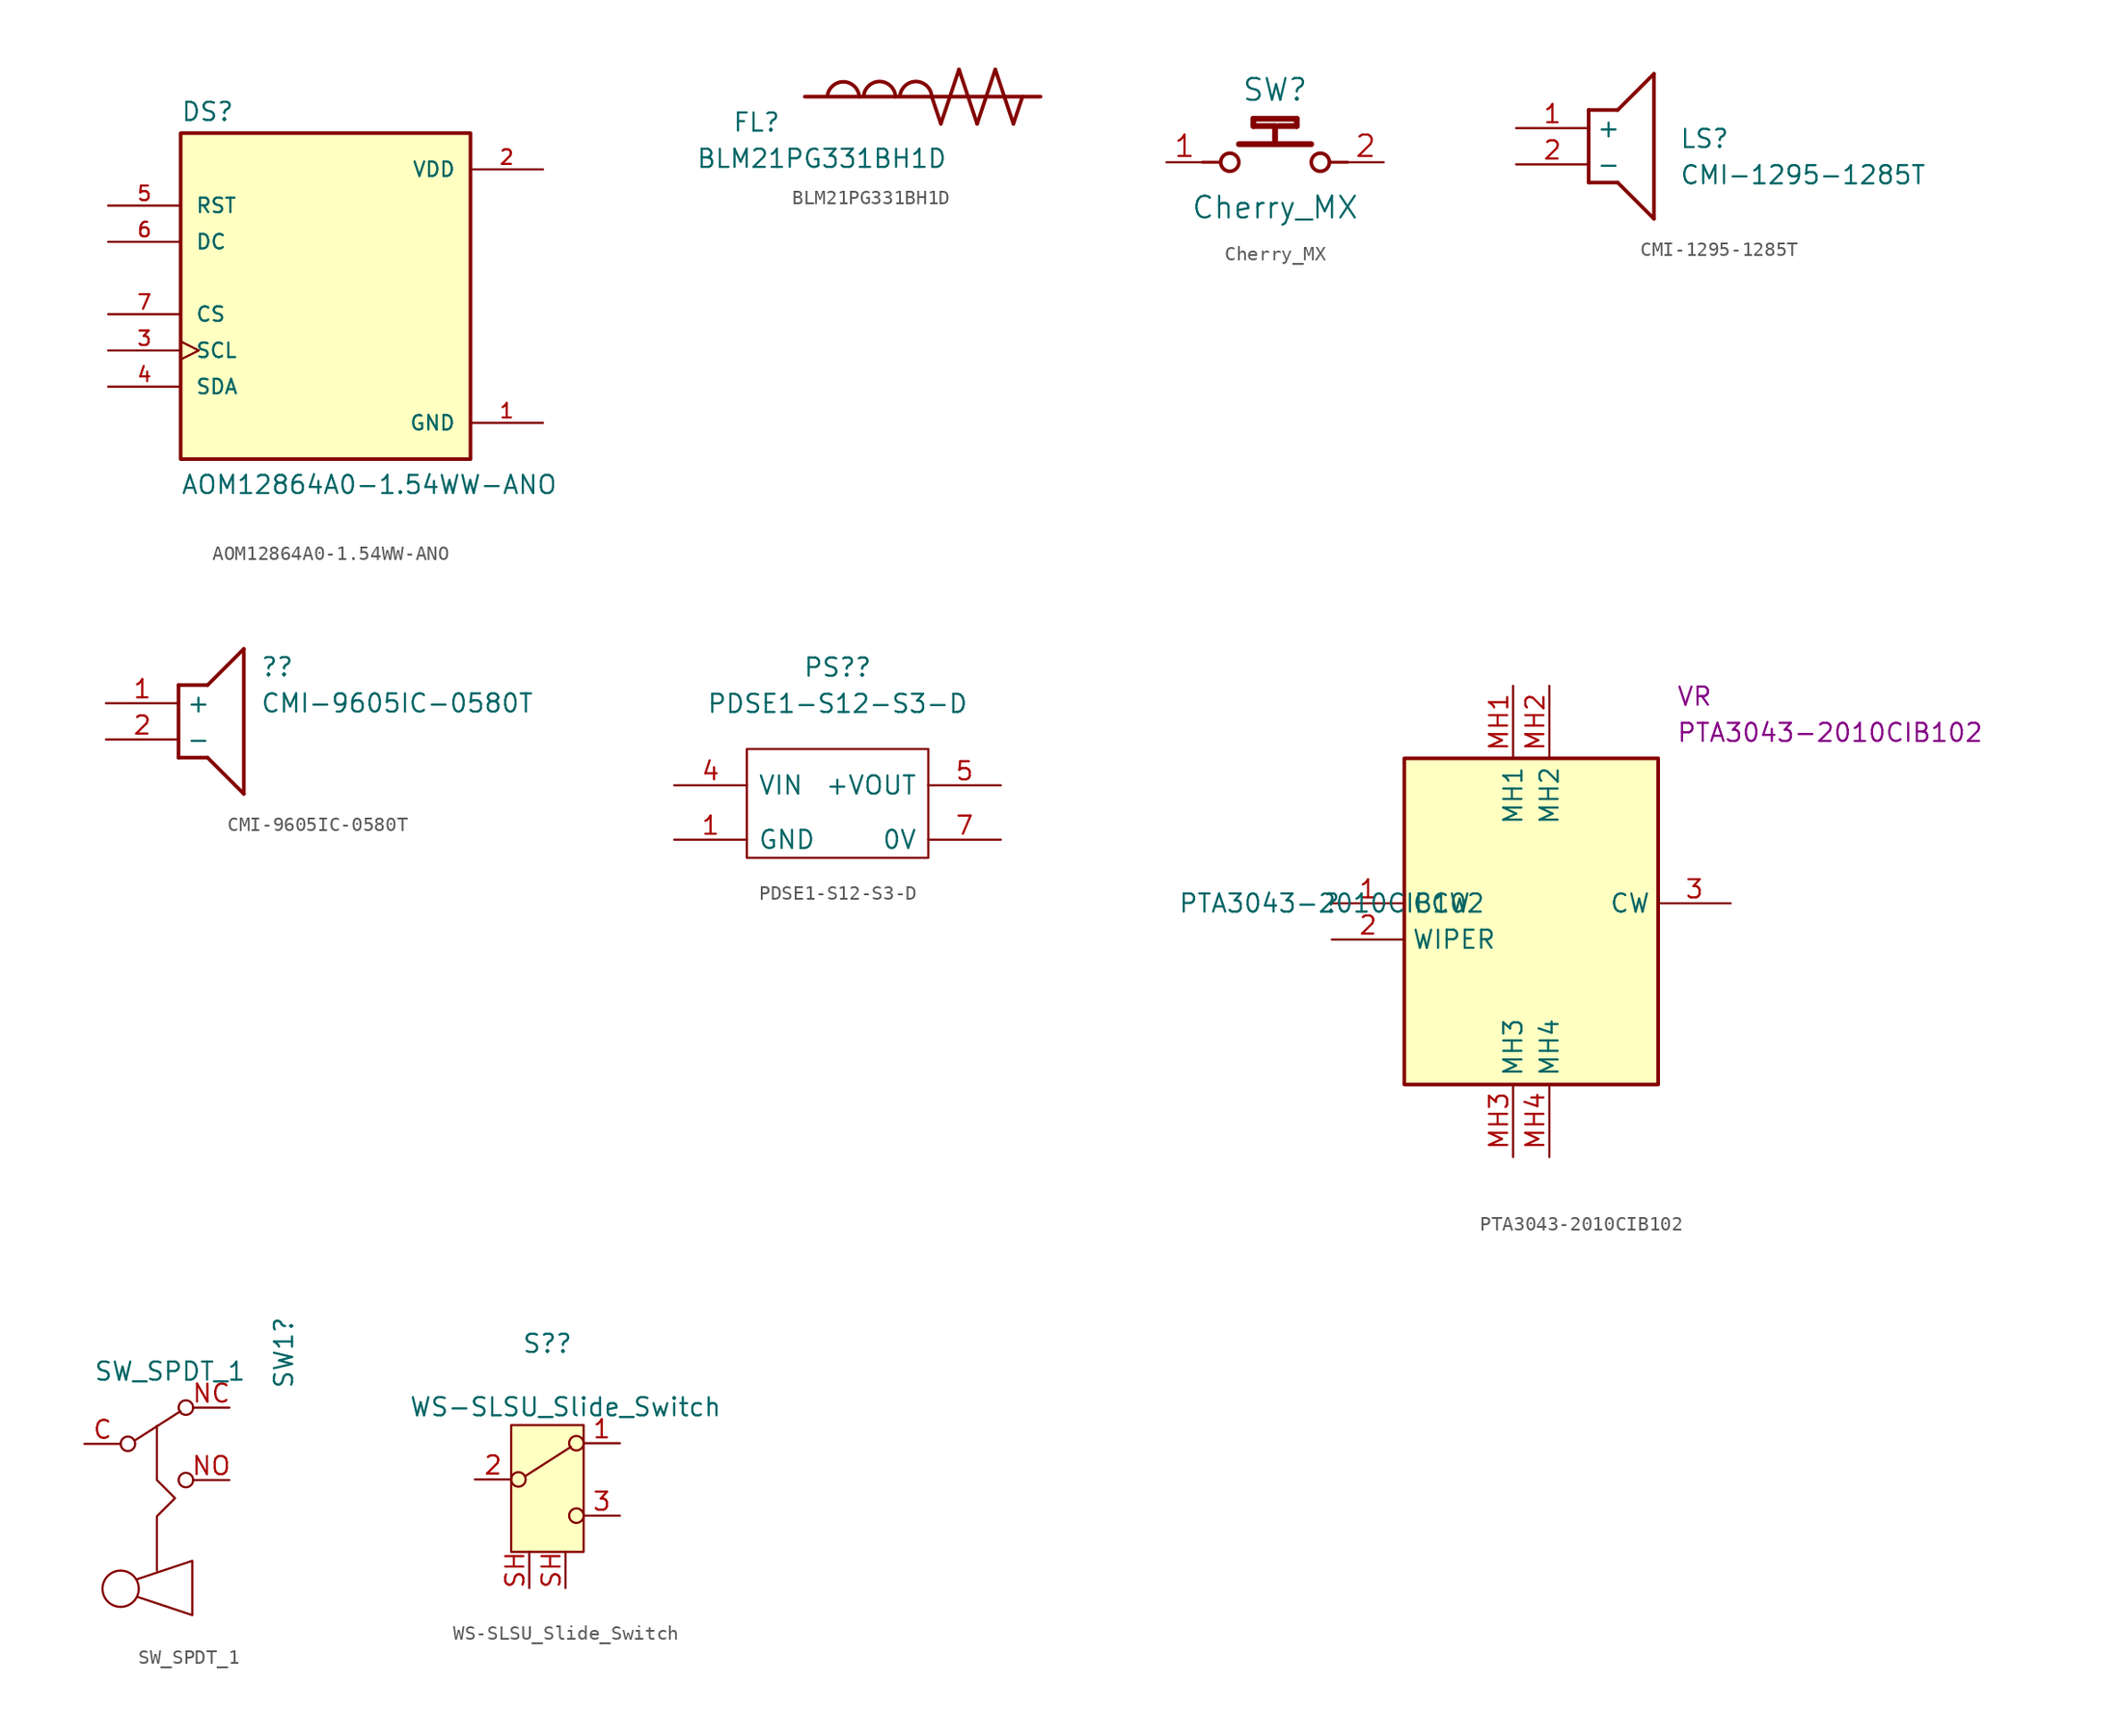
<source format=kicad_sym>
(kicad_symbol_lib
  (version 20220914)
  (generator kicad_symbol_editor)
  (symbol "AOM12864A0-1.54WW-ANO"
    (pin_names
      (offset 1.016))
    (property "Reference" "DS"
      (at -10.16 10.922 0)
      (effects (font (size 1.27 1.27)) (justify left bottom)))
    (property "Value" "AOM12864A0-1.54WW-ANO"
      (at -10.16 -15.24 0)
      (effects (font (size 1.27 1.27)) (justify left bottom)))
    (property "ki_locked" ""
      (at 0 0 0)
      (effects (font (size 1.27 1.27))))
    (symbol "AOM12864A0-1.54WW-ANO_0_0"
      (rectangle (start -10.16 -12.7) (end 10.16 10.16) (stroke (width 0.254) (type default)) (fill (type background)))
      (pin power_in line (at 15.24 -10.16 180) (length 5.08) (name "GND" (effects (font (size 1.016 1.016)))) (number "1" (effects (font (size 1.016 1.016)))))
      (pin power_in line (at 15.24 7.62 180) (length 5.08) (name "VDD" (effects (font (size 1.016 1.016)))) (number "2" (effects (font (size 1.016 1.016)))))
      (pin input clock (at -15.24 -5.08 0) (length 5.08) (name "SCL" (effects (font (size 1.016 1.016)))) (number "3" (effects (font (size 1.016 1.016)))))
      (pin bidirectional line (at -15.24 -7.62 0) (length 5.08) (name "SDA" (effects (font (size 1.016 1.016)))) (number "4" (effects (font (size 1.016 1.016)))))
      (pin input line (at -15.24 5.08 0) (length 5.08) (name "RST" (effects (font (size 1.016 1.016)))) (number "5" (effects (font (size 1.016 1.016)))))
      (pin input line (at -15.24 2.54 0) (length 5.08) (name "DC" (effects (font (size 1.016 1.016)))) (number "6" (effects (font (size 1.016 1.016)))))
      (pin input line (at -15.24 -2.54 0) (length 5.08) (name "CS" (effects (font (size 1.016 1.016)))) (number "7" (effects (font (size 1.016 1.016)))))))
  (symbol "BLM21PG331BH1D"
    (pin_numbers hide)
    (pin_names
      (offset 1.016) hide)
    (property "Reference" "FL"
      (at -10.16 -2.54 0)
      (effects (font (size 1.27 1.27)) (justify left bottom)))
    (property "Value" "BLM21PG331BH1D"
      (at -12.7 -5.08 0)
      (effects (font (size 1.27 1.27)) (justify left bottom)))
    (property "ki_locked" ""
      (at 0 0 0)
      (effects (font (size 1.27 1.27))))
    (symbol "BLM21PG331BH1D_0_0"
      (arc (start -1.27 0) (mid -2.3411 1.0383) (end -3.4914 0.0882) (stroke (width 0.254) (type default)) (fill (type none)))
      (polyline (pts (xy 4.445 -1.905) (xy 3.81 0)) (stroke (width 0.254) (type default)) (fill (type none)))
      (polyline (pts (xy 5.08 0) (xy 4.445 -1.905)) (stroke (width 0.254) (type default)) (fill (type none)))
      (polyline (pts (xy 5.08 0) (xy 5.715 1.905)) (stroke (width 0.254) (type default)) (fill (type none)))
      (polyline (pts (xy 5.715 1.905) (xy 6.35 0)) (stroke (width 0.254) (type default)) (fill (type none)))
      (polyline (pts (xy 6.35 0) (xy 6.985 -1.905)) (stroke (width 0.254) (type default)) (fill (type none)))
      (polyline (pts (xy 6.985 -1.905) (xy 7.62 0)) (stroke (width 0.254) (type default)) (fill (type none)))
      (polyline (pts (xy 7.62 0) (xy 8.255 1.905)) (stroke (width 0.254) (type default)) (fill (type none)))
      (polyline (pts (xy 8.255 1.905) (xy 9.525 -1.905)) (stroke (width 0.254) (type default)) (fill (type none)))
      (polyline (pts (xy 9.525 -1.905) (xy 10.16 0)) (stroke (width 0.254) (type default)) (fill (type none)))
      (polyline (pts (xy 11.43 0) (xy -5.08 0)) (stroke (width 0.254) (type default)) (fill (type none)))
      (arc (start 1.27 0) (mid 0.1997 1.059) (end -0.9514 0.0882) (stroke (width 0.254) (type default)) (fill (type none)))
      (arc (start 3.81 0) (mid 2.7397 1.059) (end 1.5886 0.0882) (stroke (width 0.254) (type default)) (fill (type none)))
      (pin passive line (at -5.08 0 0) (length 2.54) (name "~" (effects (font (size 1.016 1.016)))) (number "1" (effects (font (size 1.016 1.016)))))
      (pin passive line (at 11.43 0 180) (length 2.54) (name "~" (effects (font (size 1.016 1.016)))) (number "2" (effects (font (size 1.016 1.016)))))))
  (symbol "Cherry_MX"
    (pin_names
      (offset -1.905))
    (property "Reference" "SW"
      (at 7.62 5.08 0)
      (effects (font (size 1.524 1.524))))
    (property "Value" "Cherry_MX"
      (at 7.62 -3.175 0)
      (effects (font (size 1.524 1.524))))
    (property "Datasheet" ""
      (at 0 0 0)
      (effects (font (size 1.524 1.524))))
    (symbol "Cherry_MX_0_0"
      (polyline (pts (xy 5.08 1.27) (xy 7.62 1.27)) (stroke (width 0.406) (type default)) (fill (type none)))
      (polyline (pts (xy 6.096 2.54) (xy 6.096 3.048)) (stroke (width 0.406) (type default)) (fill (type none)))
      (polyline (pts (xy 6.096 3.048) (xy 9.144 3.048)) (stroke (width 0.406) (type default)) (fill (type none)))
      (polyline (pts (xy 7.62 1.27) (xy 7.62 2.54)) (stroke (width 0.406) (type default)) (fill (type none)))
      (polyline (pts (xy 7.62 2.54) (xy 6.096 2.54)) (stroke (width 0.406) (type default)) (fill (type none)))
      (polyline (pts (xy 9.144 2.54) (xy 7.874 2.54)) (stroke (width 0.406) (type default)) (fill (type none)))
      (polyline (pts (xy 9.144 3.048) (xy 9.144 2.54)) (stroke (width 0.406) (type default)) (fill (type none)))
      (polyline (pts (xy 10.16 1.27) (xy 7.62 1.27)) (stroke (width 0.406) (type default)) (fill (type none))))
    (symbol "Cherry_MX_1_1"
      (polyline (pts (xy 2.54 0) (xy 3.81 0)) (stroke (width 0.203) (type default)) (fill (type none)))
      (polyline (pts (xy 12.7 0) (xy 11.43 0)) (stroke (width 0.203) (type default)) (fill (type none)))
      (circle (center 4.445 0) (radius 0.635) (stroke (width 0.254) (type default)) (fill (type none)))
      (circle (center 10.795 0) (radius 0.635) (stroke (width 0.254) (type default)) (fill (type none)))
      (pin unspecified line (at 0 0 0) (length 2.54) (name "" (effects (font (size 1.499 1.499)))) (number "1" (effects (font (size 1.499 1.499)))))
      (pin unspecified line (at 15.24 0 180) (length 2.54) (name "" (effects (font (size 1.499 1.499)))) (number "2" (effects (font (size 1.499 1.499)))))))
  (symbol "CMI-1295-1285T"
    (property "Reference" "LS"
      (at 11.43 0 0)
      (effects (font (size 1.27 1.27)) (justify left top)))
    (property "Value" "CMI-1295-1285T"
      (at 11.43 -2.54 0)
      (effects (font (size 1.27 1.27)) (justify left top)))
    (symbol "CMI-1295-1285T_1_1"
      (polyline (pts (xy 5.08 1.27) (xy 5.08 -3.81)) (stroke (width 0.254) (type default)) (fill (type none)))
      (polyline (pts (xy 5.08 1.27) (xy 7.112 1.27)) (stroke (width 0.254) (type default)) (fill (type none)))
      (polyline (pts (xy 7.112 -3.81) (xy 5.08 -3.81)) (stroke (width 0.254) (type default)) (fill (type none)))
      (polyline (pts (xy 7.112 -3.81) (xy 9.652 -6.35)) (stroke (width 0.254) (type default)) (fill (type none)))
      (polyline (pts (xy 9.652 3.81) (xy 7.112 1.27)) (stroke (width 0.254) (type default)) (fill (type none)))
      (polyline (pts (xy 9.652 3.81) (xy 9.652 -6.35)) (stroke (width 0.254) (type default)) (fill (type none)))
      (pin passive line (at 0 0 0) (length 5.08) (name "+" (effects (font (size 1.27 1.27)))) (number "1" (effects (font (size 1.27 1.27)))))
      (pin passive line (at 0 -2.54 0) (length 5.08) (name "-" (effects (font (size 1.27 1.27)))) (number "2" (effects (font (size 1.27 1.27)))))))
  (symbol "CMI-9605IC-0580T"
    (property "Reference" "?"
      (at 10.795 2.54 0)
      (effects (font (size 1.27 1.27)) (justify left)))
    (property "Value" "CMI-9605IC-0580T"
      (at 10.795 0.0001 0)
      (effects (font (size 1.27 1.27)) (justify left)))
    (symbol "CMI-9605IC-0580T_1_1"
      (polyline (pts (xy 5.08 1.27) (xy 5.08 -3.81)) (stroke (width 0.254) (type default)) (fill (type none)))
      (polyline (pts (xy 5.08 1.27) (xy 7.112 1.27)) (stroke (width 0.254) (type default)) (fill (type none)))
      (polyline (pts (xy 7.112 -3.81) (xy 5.08 -3.81)) (stroke (width 0.254) (type default)) (fill (type none)))
      (polyline (pts (xy 7.112 -3.81) (xy 9.652 -6.35)) (stroke (width 0.254) (type default)) (fill (type none)))
      (polyline (pts (xy 9.652 3.81) (xy 7.112 1.27)) (stroke (width 0.254) (type default)) (fill (type none)))
      (polyline (pts (xy 9.652 3.81) (xy 9.652 -6.35)) (stroke (width 0.254) (type default)) (fill (type none)))
      (pin passive line (at 0 0 0) (length 5.08) (name "+" (effects (font (size 1.27 1.27)))) (number "1" (effects (font (size 1.27 1.27)))))
      (pin passive line (at 0 -2.54 0) (length 5.08) (name "-" (effects (font (size 1.27 1.27)))) (number "2" (effects (font (size 1.27 1.27)))))))
  (symbol "PDSE1-S12-S3-D"
    (pin_names
      (offset 0.762))
    (property "Reference" "PS?"
      (at 16.51 8.255 0)
      (effects (font (size 1.27 1.27))))
    (property "Value" "PDSE1-S12-S3-D"
      (at 16.51 5.715 0)
      (effects (font (size 1.27 1.27))))
    (symbol "PDSE1-S12-S3-D_0_0"
      (pin passive line (at 5.08 -3.81 0) (length 5.08) (name "GND" (effects (font (size 1.27 1.27)))) (number "1" (effects (font (size 1.27 1.27)))))
      (pin passive line (at 5.08 0 0) (length 5.08) (name "VIN" (effects (font (size 1.27 1.27)))) (number "4" (effects (font (size 1.27 1.27)))))
      (pin passive line (at 27.94 0 180) (length 5.08) (name "+VOUT" (effects (font (size 1.27 1.27)))) (number "5" (effects (font (size 1.27 1.27)))))
      (pin passive line (at 27.94 -3.81 180) (length 5.08) (name "0V" (effects (font (size 1.27 1.27)))) (number "7" (effects (font (size 1.27 1.27))))))
    (symbol "PDSE1-S12-S3-D_0_1"
      (polyline (pts (xy 10.16 2.54) (xy 22.86 2.54) (xy 22.86 -5.08) (xy 10.16 -5.08) (xy 10.16 2.54)) (stroke (width 0.152) (type default)) (fill (type none)))))
  (symbol "PTA3043-2010CIB102"
    (property "Reference" ""
      (at 0 0 0)
      (effects (font (size 1.27 1.27))))
    (property "Value" "PTA3043-2010CIB102"
      (at 0 0 0)
      (effects (font (size 1.27 1.27))))
    (property "Reference_1" "VR"
      (at 24.13 15.24 0)
      (effects (font (size 1.27 1.27)) (justify left top)))
    (property "Value_1" "PTA3043-2010CIB102"
      (at 24.13 12.7 0)
      (effects (font (size 1.27 1.27)) (justify left top)))
    (symbol "PTA3043-2010CIB102_1_1"
      (rectangle (start 5.08 10.16) (end 22.86 -12.7) (stroke (width 0.254) (type default)) (fill (type background)))
      (pin passive line (at 0 0 0) (length 5.08) (name "CCW" (effects (font (size 1.27 1.27)))) (number "1" (effects (font (size 1.27 1.27)))))
      (pin passive line (at 0 -2.54 0) (length 5.08) (name "WIPER" (effects (font (size 1.27 1.27)))) (number "2" (effects (font (size 1.27 1.27)))))
      (pin passive line (at 27.94 0 180) (length 5.08) (name "CW" (effects (font (size 1.27 1.27)))) (number "3" (effects (font (size 1.27 1.27)))))
      (pin passive line (at 12.7 15.24 270) (length 5.08) (name "MH1" (effects (font (size 1.27 1.27)))) (number "MH1" (effects (font (size 1.27 1.27)))))
      (pin passive line (at 15.24 15.24 270) (length 5.08) (name "MH2" (effects (font (size 1.27 1.27)))) (number "MH2" (effects (font (size 1.27 1.27)))))
      (pin passive line (at 12.7 -17.78 90) (length 5.08) (name "MH3" (effects (font (size 1.27 1.27)))) (number "MH3" (effects (font (size 1.27 1.27)))))
      (pin passive line (at 15.24 -17.78 90) (length 5.08) (name "MH4" (effects (font (size 1.27 1.27)))) (number "MH4" (effects (font (size 1.27 1.27)))))))
  (symbol "SW_SPDT_1"
    (pin_names
      (offset 0) hide)
    (property "Reference" "SW1"
      (at 8.89 3.81 90)
      (effects (font (size 1.27 1.27)) (justify left)))
    (property "Value" "SW_SPDT_1"
      (at -4.445 5.08 0)
      (effects (font (size 1.27 1.27)) (justify left)))
    (symbol "SW_SPDT_1_0_0"
      (circle (center -2.032 0) (radius 0.508) (stroke (width 0) (type default)) (fill (type none)))
      (circle (center 2.032 -2.54) (radius 0.508) (stroke (width 0) (type default)) (fill (type none))))
    (symbol "SW_SPDT_1_0_1"
      (circle (center -2.54 -10.16) (radius 1.27) (stroke (width 0) (type default)) (fill (type none)))
      (polyline (pts (xy -1.524 0.254) (xy 1.651 2.286)) (stroke (width 0) (type default)) (fill (type none)))
      (polyline (pts (xy -1.417 -9.499) (xy 2.48 -8.201) (xy 2.48 -12.011) (xy -1.33 -10.741) (xy -1.33 -10.741)) (stroke (width 0) (type default)) (fill (type none)))
      (polyline (pts (xy 0 1.27) (xy 0 -2.54) (xy 1.27 -3.81) (xy 0 -5.08) (xy 0 -8.89) (xy 0 -8.89)) (stroke (width 0) (type default)) (fill (type none)))
      (circle (center 2.032 2.54) (radius 0.508) (stroke (width 0) (type default)) (fill (type none))))
    (symbol "SW_SPDT_1_1_1"
      (pin passive line (at -5.08 0 0) (length 2.54) (name "B" (effects (font (size 1.27 1.27)))) (number "C" (effects (font (size 1.27 1.27)))))
      (pin passive line (at 5.08 2.54 180) (length 2.54) (name "NC" (effects (font (size 1.27 1.27)))) (number "NC" (effects (font (size 1.27 1.27)))))
      (pin passive line (at 5.08 -2.54 180) (length 2.54) (name "C" (effects (font (size 1.27 1.27)))) (number "NO" (effects (font (size 1.27 1.27)))))))
  (symbol "WS-SLSU_Slide_Switch"
    (property "Reference" "S?"
      (at 0 9.525 0)
      (effects (font (size 1.27 1.27))))
    (property "Value" "WS-SLSU_Slide_Switch"
      (at 1.27 5.08 0)
      (effects (font (size 1.27 1.27))))
    (symbol "WS-SLSU_Slide_Switch_0_0"
      (circle (center -2.032 0) (radius 0.508) (stroke (width 0) (type default)) (fill (type none)))
      (circle (center 2.032 -2.54) (radius 0.508) (stroke (width 0) (type default)) (fill (type none))))
    (symbol "WS-SLSU_Slide_Switch_0_1"
      (rectangle (start -2.54 3.81) (end 2.54 -5.08) (stroke (width 0) (type default)) (fill (type background)))
      (polyline (pts (xy -1.524 0.254) (xy 1.651 2.286)) (stroke (width 0) (type default)) (fill (type none)))
      (circle (center 2.032 2.54) (radius 0.508) (stroke (width 0) (type default)) (fill (type none))))
    (symbol "WS-SLSU_Slide_Switch_1_1"
      (pin passive line (at 5.08 2.54 180) (length 2.54) (name "~" (effects (font (size 1.27 1.27)))) (number "1" (effects (font (size 1.27 1.27)))))
      (pin passive line (at -5.08 0 0) (length 2.54) (name "~" (effects (font (size 1.27 1.27)))) (number "2" (effects (font (size 1.27 1.27)))))
      (pin passive line (at 5.08 -2.54 180) (length 2.54) (name "~" (effects (font (size 1.27 1.27)))) (number "3" (effects (font (size 1.27 1.27)))))
      (pin passive line (at -1.27 -7.62 90) (length 2.54) (name "~" (effects (font (size 1.27 1.27)))) (number "SH" (effects (font (size 1.27 1.27)))))
      (pin passive line (at 1.27 -7.62 90) (length 2.54) (name "~" (effects (font (size 1.27 1.27)))) (number "SH" (effects (font (size 1.27 1.27))))))))
</source>
